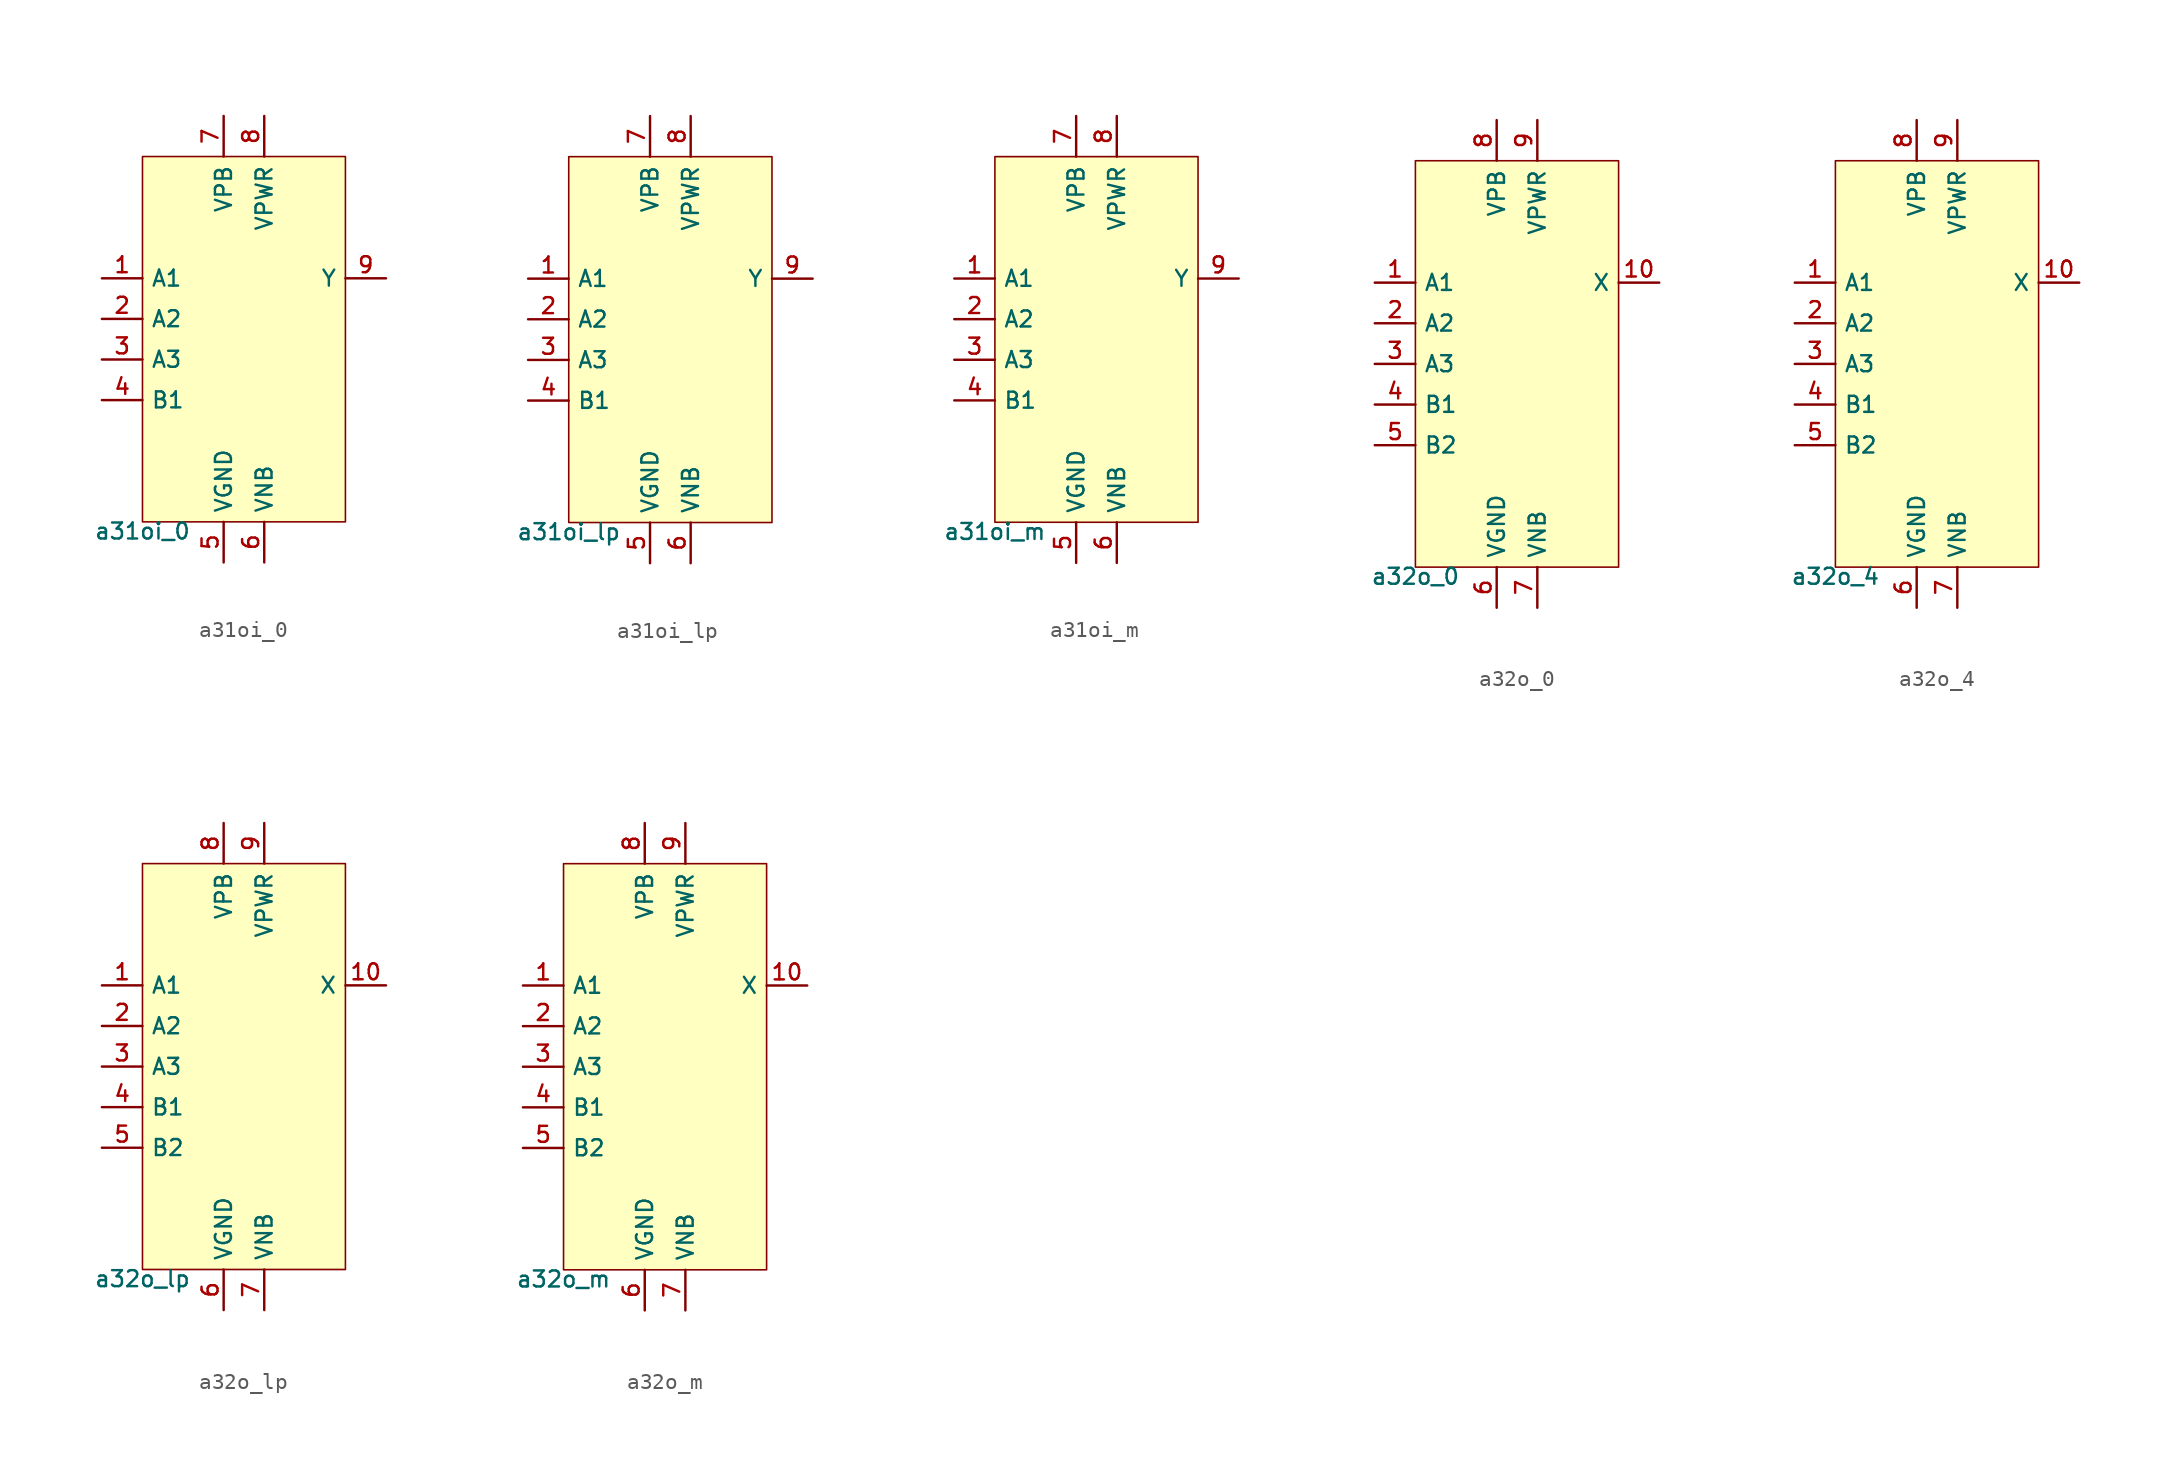
<source format=kicad_sym>
(kicad_symbol_lib
  (version 20211014)
  (generator pdk2kicad)
  (symbol "a31oi_0"
    (property "Reference" "X"
      (at 0 0 0)
      (effects (font (size 1 1)) hide))
    (property "Value" "a31oi_0"
      (at -6.35 -11.43 0)
      (effects (font (size 1 1)) (justify top)))
    (rectangle
      (start -6.35 -11.43)
      (end 6.35 11.43)
      (stroke (width 0.1) (type solid) (color 0 0 0 0))
      (fill (type background)))
    (pin input line
      (at -8.89 3.81 0)
      (length 2.54)
      (name "A1" (effects (font (size 1 1)) hide))
      (number "1" (effects (font (size 1 1)) hide)))
    (pin input line
      (at -8.89 1.27 0)
      (length 2.54)
      (name "A2" (effects (font (size 1 1)) hide))
      (number "2" (effects (font (size 1 1)) hide)))
    (pin input line
      (at -8.89 -1.27 0)
      (length 2.54)
      (name "A3" (effects (font (size 1 1)) hide))
      (number "3" (effects (font (size 1 1)) hide)))
    (pin input line
      (at -8.89 -3.81 0)
      (length 2.54)
      (name "B1" (effects (font (size 1 1)) hide))
      (number "4" (effects (font (size 1 1)) hide)))
    (pin power_in line
      (at -1.27 -13.97 90)
      (length 2.54)
      (name "VGND" (effects (font (size 1 1)) hide))
      (number "5" (effects (font (size 1 1)) hide)))
    (pin power_in line
      (at 1.27 -13.97 90)
      (length 2.54)
      (name "VNB" (effects (font (size 1 1)) hide))
      (number "6" (effects (font (size 1 1)) hide)))
    (pin power_in line
      (at -1.27 13.97 270)
      (length 2.54)
      (name "VPB" (effects (font (size 1 1)) hide))
      (number "7" (effects (font (size 1 1)) hide)))
    (pin power_in line
      (at 1.27 13.97 270)
      (length 2.54)
      (name "VPWR" (effects (font (size 1 1)) hide))
      (number "8" (effects (font (size 1 1)) hide)))
    (pin output line
      (at 8.89 3.81 180)
      (length 2.54)
      (name "Y" (effects (font (size 1 1)) hide))
      (number "9" (effects (font (size 1 1)) hide))))
  (symbol "a31oi_lp"
    (property "Reference" "X"
      (at 0 0 0)
      (effects (font (size 1 1)) hide))
    (property "Value" "a31oi_lp"
      (at -6.35 -11.43 0)
      (effects (font (size 1 1)) (justify top)))
    (rectangle
      (start -6.35 -11.43)
      (end 6.35 11.43)
      (stroke (width 0.1) (type solid) (color 0 0 0 0))
      (fill (type background)))
    (pin input line
      (at -8.89 3.81 0)
      (length 2.54)
      (name "A1" (effects (font (size 1 1)) hide))
      (number "1" (effects (font (size 1 1)) hide)))
    (pin input line
      (at -8.89 1.27 0)
      (length 2.54)
      (name "A2" (effects (font (size 1 1)) hide))
      (number "2" (effects (font (size 1 1)) hide)))
    (pin input line
      (at -8.89 -1.27 0)
      (length 2.54)
      (name "A3" (effects (font (size 1 1)) hide))
      (number "3" (effects (font (size 1 1)) hide)))
    (pin input line
      (at -8.89 -3.81 0)
      (length 2.54)
      (name "B1" (effects (font (size 1 1)) hide))
      (number "4" (effects (font (size 1 1)) hide)))
    (pin power_in line
      (at -1.27 -13.97 90)
      (length 2.54)
      (name "VGND" (effects (font (size 1 1)) hide))
      (number "5" (effects (font (size 1 1)) hide)))
    (pin power_in line
      (at 1.27 -13.97 90)
      (length 2.54)
      (name "VNB" (effects (font (size 1 1)) hide))
      (number "6" (effects (font (size 1 1)) hide)))
    (pin power_in line
      (at -1.27 13.97 270)
      (length 2.54)
      (name "VPB" (effects (font (size 1 1)) hide))
      (number "7" (effects (font (size 1 1)) hide)))
    (pin power_in line
      (at 1.27 13.97 270)
      (length 2.54)
      (name "VPWR" (effects (font (size 1 1)) hide))
      (number "8" (effects (font (size 1 1)) hide)))
    (pin output line
      (at 8.89 3.81 180)
      (length 2.54)
      (name "Y" (effects (font (size 1 1)) hide))
      (number "9" (effects (font (size 1 1)) hide))))
  (symbol "a31oi_m"
    (property "Reference" "X"
      (at 0 0 0)
      (effects (font (size 1 1)) hide))
    (property "Value" "a31oi_m"
      (at -6.35 -11.43 0)
      (effects (font (size 1 1)) (justify top)))
    (rectangle
      (start -6.35 -11.43)
      (end 6.35 11.43)
      (stroke (width 0.1) (type solid) (color 0 0 0 0))
      (fill (type background)))
    (pin input line
      (at -8.89 3.81 0)
      (length 2.54)
      (name "A1" (effects (font (size 1 1)) hide))
      (number "1" (effects (font (size 1 1)) hide)))
    (pin input line
      (at -8.89 1.27 0)
      (length 2.54)
      (name "A2" (effects (font (size 1 1)) hide))
      (number "2" (effects (font (size 1 1)) hide)))
    (pin input line
      (at -8.89 -1.27 0)
      (length 2.54)
      (name "A3" (effects (font (size 1 1)) hide))
      (number "3" (effects (font (size 1 1)) hide)))
    (pin input line
      (at -8.89 -3.81 0)
      (length 2.54)
      (name "B1" (effects (font (size 1 1)) hide))
      (number "4" (effects (font (size 1 1)) hide)))
    (pin power_in line
      (at -1.27 -13.97 90)
      (length 2.54)
      (name "VGND" (effects (font (size 1 1)) hide))
      (number "5" (effects (font (size 1 1)) hide)))
    (pin power_in line
      (at 1.27 -13.97 90)
      (length 2.54)
      (name "VNB" (effects (font (size 1 1)) hide))
      (number "6" (effects (font (size 1 1)) hide)))
    (pin power_in line
      (at -1.27 13.97 270)
      (length 2.54)
      (name "VPB" (effects (font (size 1 1)) hide))
      (number "7" (effects (font (size 1 1)) hide)))
    (pin power_in line
      (at 1.27 13.97 270)
      (length 2.54)
      (name "VPWR" (effects (font (size 1 1)) hide))
      (number "8" (effects (font (size 1 1)) hide)))
    (pin output line
      (at 8.89 3.81 180)
      (length 2.54)
      (name "Y" (effects (font (size 1 1)) hide))
      (number "9" (effects (font (size 1 1)) hide))))
  (symbol "a32o_0"
    (property "Reference" "X"
      (at 0 0 0)
      (effects (font (size 1 1)) hide))
    (property "Value" "a32o_0"
      (at -6.35 -12.7 0)
      (effects (font (size 1 1)) (justify top)))
    (rectangle
      (start -6.35 -12.7)
      (end 6.35 12.7)
      (stroke (width 0.1) (type solid) (color 0 0 0 0))
      (fill (type background)))
    (pin input line
      (at -8.89 5.08 0)
      (length 2.54)
      (name "A1" (effects (font (size 1 1)) hide))
      (number "1" (effects (font (size 1 1)) hide)))
    (pin input line
      (at -8.89 2.54 0)
      (length 2.54)
      (name "A2" (effects (font (size 1 1)) hide))
      (number "2" (effects (font (size 1 1)) hide)))
    (pin input line
      (at -8.89 -8.881784197001252e-16 0)
      (length 2.54)
      (name "A3" (effects (font (size 1 1)) hide))
      (number "3" (effects (font (size 1 1)) hide)))
    (pin input line
      (at -8.89 -2.54 0)
      (length 2.54)
      (name "B1" (effects (font (size 1 1)) hide))
      (number "4" (effects (font (size 1 1)) hide)))
    (pin input line
      (at -8.89 -5.08 0)
      (length 2.54)
      (name "B2" (effects (font (size 1 1)) hide))
      (number "5" (effects (font (size 1 1)) hide)))
    (pin power_in line
      (at -1.27 -15.24 90)
      (length 2.54)
      (name "VGND" (effects (font (size 1 1)) hide))
      (number "6" (effects (font (size 1 1)) hide)))
    (pin power_in line
      (at 1.27 -15.24 90)
      (length 2.54)
      (name "VNB" (effects (font (size 1 1)) hide))
      (number "7" (effects (font (size 1 1)) hide)))
    (pin power_in line
      (at -1.27 15.24 270)
      (length 2.54)
      (name "VPB" (effects (font (size 1 1)) hide))
      (number "8" (effects (font (size 1 1)) hide)))
    (pin power_in line
      (at 1.27 15.24 270)
      (length 2.54)
      (name "VPWR" (effects (font (size 1 1)) hide))
      (number "9" (effects (font (size 1 1)) hide)))
    (pin output line
      (at 8.89 5.08 180)
      (length 2.54)
      (name "X" (effects (font (size 1 1)) hide))
      (number "10" (effects (font (size 1 1)) hide))))
  (symbol "a32o_4"
    (property "Reference" "X"
      (at 0 0 0)
      (effects (font (size 1 1)) hide))
    (property "Value" "a32o_4"
      (at -6.35 -12.7 0)
      (effects (font (size 1 1)) (justify top)))
    (rectangle
      (start -6.35 -12.7)
      (end 6.35 12.7)
      (stroke (width 0.1) (type solid) (color 0 0 0 0))
      (fill (type background)))
    (pin input line
      (at -8.89 5.08 0)
      (length 2.54)
      (name "A1" (effects (font (size 1 1)) hide))
      (number "1" (effects (font (size 1 1)) hide)))
    (pin input line
      (at -8.89 2.54 0)
      (length 2.54)
      (name "A2" (effects (font (size 1 1)) hide))
      (number "2" (effects (font (size 1 1)) hide)))
    (pin input line
      (at -8.89 -8.881784197001252e-16 0)
      (length 2.54)
      (name "A3" (effects (font (size 1 1)) hide))
      (number "3" (effects (font (size 1 1)) hide)))
    (pin input line
      (at -8.89 -2.54 0)
      (length 2.54)
      (name "B1" (effects (font (size 1 1)) hide))
      (number "4" (effects (font (size 1 1)) hide)))
    (pin input line
      (at -8.89 -5.08 0)
      (length 2.54)
      (name "B2" (effects (font (size 1 1)) hide))
      (number "5" (effects (font (size 1 1)) hide)))
    (pin power_in line
      (at -1.27 -15.24 90)
      (length 2.54)
      (name "VGND" (effects (font (size 1 1)) hide))
      (number "6" (effects (font (size 1 1)) hide)))
    (pin power_in line
      (at 1.27 -15.24 90)
      (length 2.54)
      (name "VNB" (effects (font (size 1 1)) hide))
      (number "7" (effects (font (size 1 1)) hide)))
    (pin power_in line
      (at -1.27 15.24 270)
      (length 2.54)
      (name "VPB" (effects (font (size 1 1)) hide))
      (number "8" (effects (font (size 1 1)) hide)))
    (pin power_in line
      (at 1.27 15.24 270)
      (length 2.54)
      (name "VPWR" (effects (font (size 1 1)) hide))
      (number "9" (effects (font (size 1 1)) hide)))
    (pin output line
      (at 8.89 5.08 180)
      (length 2.54)
      (name "X" (effects (font (size 1 1)) hide))
      (number "10" (effects (font (size 1 1)) hide))))
  (symbol "a32o_lp"
    (property "Reference" "X"
      (at 0 0 0)
      (effects (font (size 1 1)) hide))
    (property "Value" "a32o_lp"
      (at -6.35 -12.7 0)
      (effects (font (size 1 1)) (justify top)))
    (rectangle
      (start -6.35 -12.7)
      (end 6.35 12.7)
      (stroke (width 0.1) (type solid) (color 0 0 0 0))
      (fill (type background)))
    (pin input line
      (at -8.89 5.08 0)
      (length 2.54)
      (name "A1" (effects (font (size 1 1)) hide))
      (number "1" (effects (font (size 1 1)) hide)))
    (pin input line
      (at -8.89 2.54 0)
      (length 2.54)
      (name "A2" (effects (font (size 1 1)) hide))
      (number "2" (effects (font (size 1 1)) hide)))
    (pin input line
      (at -8.89 -8.881784197001252e-16 0)
      (length 2.54)
      (name "A3" (effects (font (size 1 1)) hide))
      (number "3" (effects (font (size 1 1)) hide)))
    (pin input line
      (at -8.89 -2.54 0)
      (length 2.54)
      (name "B1" (effects (font (size 1 1)) hide))
      (number "4" (effects (font (size 1 1)) hide)))
    (pin input line
      (at -8.89 -5.08 0)
      (length 2.54)
      (name "B2" (effects (font (size 1 1)) hide))
      (number "5" (effects (font (size 1 1)) hide)))
    (pin power_in line
      (at -1.27 -15.24 90)
      (length 2.54)
      (name "VGND" (effects (font (size 1 1)) hide))
      (number "6" (effects (font (size 1 1)) hide)))
    (pin power_in line
      (at 1.27 -15.24 90)
      (length 2.54)
      (name "VNB" (effects (font (size 1 1)) hide))
      (number "7" (effects (font (size 1 1)) hide)))
    (pin power_in line
      (at -1.27 15.24 270)
      (length 2.54)
      (name "VPB" (effects (font (size 1 1)) hide))
      (number "8" (effects (font (size 1 1)) hide)))
    (pin power_in line
      (at 1.27 15.24 270)
      (length 2.54)
      (name "VPWR" (effects (font (size 1 1)) hide))
      (number "9" (effects (font (size 1 1)) hide)))
    (pin output line
      (at 8.89 5.08 180)
      (length 2.54)
      (name "X" (effects (font (size 1 1)) hide))
      (number "10" (effects (font (size 1 1)) hide))))
  (symbol "a32o_m"
    (property "Reference" "X"
      (at 0 0 0)
      (effects (font (size 1 1)) hide))
    (property "Value" "a32o_m"
      (at -6.35 -12.7 0)
      (effects (font (size 1 1)) (justify top)))
    (rectangle
      (start -6.35 -12.7)
      (end 6.35 12.7)
      (stroke (width 0.1) (type solid) (color 0 0 0 0))
      (fill (type background)))
    (pin input line
      (at -8.89 5.08 0)
      (length 2.54)
      (name "A1" (effects (font (size 1 1)) hide))
      (number "1" (effects (font (size 1 1)) hide)))
    (pin input line
      (at -8.89 2.54 0)
      (length 2.54)
      (name "A2" (effects (font (size 1 1)) hide))
      (number "2" (effects (font (size 1 1)) hide)))
    (pin input line
      (at -8.89 -8.881784197001252e-16 0)
      (length 2.54)
      (name "A3" (effects (font (size 1 1)) hide))
      (number "3" (effects (font (size 1 1)) hide)))
    (pin input line
      (at -8.89 -2.54 0)
      (length 2.54)
      (name "B1" (effects (font (size 1 1)) hide))
      (number "4" (effects (font (size 1 1)) hide)))
    (pin input line
      (at -8.89 -5.08 0)
      (length 2.54)
      (name "B2" (effects (font (size 1 1)) hide))
      (number "5" (effects (font (size 1 1)) hide)))
    (pin power_in line
      (at -1.27 -15.24 90)
      (length 2.54)
      (name "VGND" (effects (font (size 1 1)) hide))
      (number "6" (effects (font (size 1 1)) hide)))
    (pin power_in line
      (at 1.27 -15.24 90)
      (length 2.54)
      (name "VNB" (effects (font (size 1 1)) hide))
      (number "7" (effects (font (size 1 1)) hide)))
    (pin power_in line
      (at -1.27 15.24 270)
      (length 2.54)
      (name "VPB" (effects (font (size 1 1)) hide))
      (number "8" (effects (font (size 1 1)) hide)))
    (pin power_in line
      (at 1.27 15.24 270)
      (length 2.54)
      (name "VPWR" (effects (font (size 1 1)) hide))
      (number "9" (effects (font (size 1 1)) hide)))
    (pin output line
      (at 8.89 5.08 180)
      (length 2.54)
      (name "X" (effects (font (size 1 1)) hide))
      (number "10" (effects (font (size 1 1)) hide)))))
</source>
